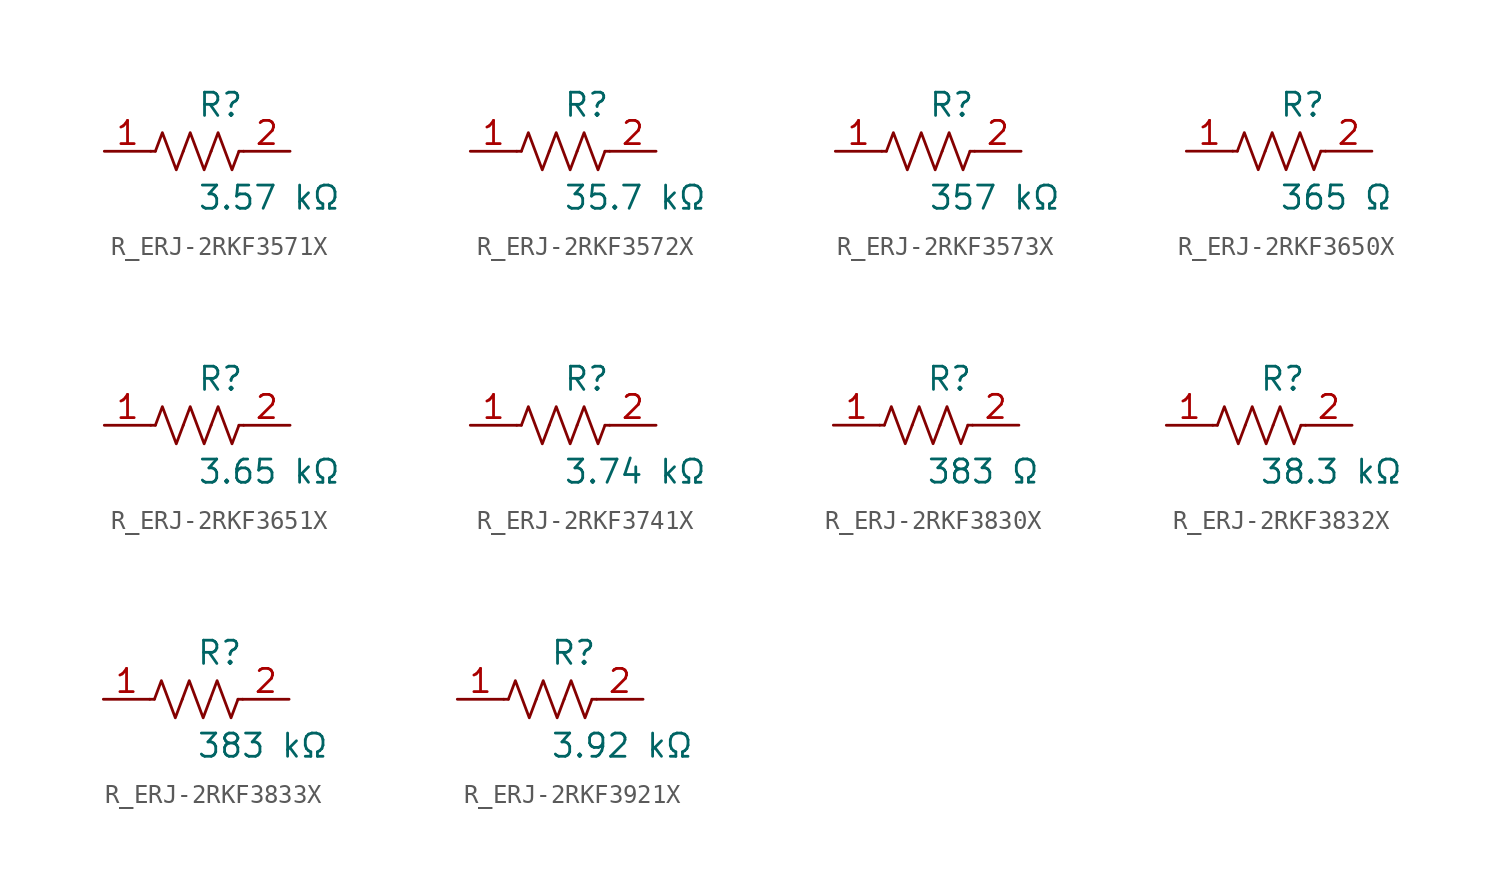
<source format=kicad_sym>
(kicad_symbol_lib
  (version 20231120)
  (generator kicad_symbol_editor)
  (generator_version 8.0)
  (symbol "R_ERJ-2RKF3571X"
    (pin_names
      (offset 0.254))
    (property "Reference" "R"
      (at 0.0 2.54 0)
      (effects (font (size 1.27 1.27)) (justify left)))
    (property "Value" "3.57 kΩ"
      (at 0.0 -2.54 0)
      (effects (font (size 1.27 1.27)) (justify left)))
    (symbol "R_ERJ-2RKF3571X_0_1"
      (polyline (pts (xy 2.286 0) (xy 2.54 0)) (stroke (width 0) (type default)) (fill (type none)))
      (polyline (pts (xy -2.286 0) (xy -2.54 0)) (stroke (width 0) (type default)) (fill (type none)))
      (polyline (pts (xy 0.762 0) (xy 1.143 1.016) (xy 1.524 0) (xy 1.905 -1.016) (xy 2.286 0)) (stroke (width 0) (type default)) (fill (type none)))
      (polyline (pts (xy -0.762 0) (xy -0.381 1.016) (xy 0 0) (xy 0.381 -1.016) (xy 0.762 0)) (stroke (width 0) (type default)) (fill (type none)))
      (polyline (pts (xy -2.286 0) (xy -1.905 1.016) (xy -1.524 0) (xy -1.143 -1.016) (xy -0.762 0)) (stroke (width 0) (type default)) (fill (type none))))
    (pin unspecified line
      (at -5.08 0 0)
      (length 2.54)
      (name "" (effects (font (size 1.27 1.27))))
      (number "1" (effects (font (size 1.27 1.27)))))
    (pin unspecified line
      (at 5.08 0 180)
      (length 2.54)
      (name "" (effects (font (size 1.27 1.27))))
      (number "2" (effects (font (size 1.27 1.27))))))
  (symbol "R_ERJ-2RKF3572X"
    (pin_names
      (offset 0.254))
    (property "Reference" "R"
      (at 0.0 2.54 0)
      (effects (font (size 1.27 1.27)) (justify left)))
    (property "Value" "35.7 kΩ"
      (at 0.0 -2.54 0)
      (effects (font (size 1.27 1.27)) (justify left)))
    (symbol "R_ERJ-2RKF3572X_0_1"
      (polyline (pts (xy 2.286 0) (xy 2.54 0)) (stroke (width 0) (type default)) (fill (type none)))
      (polyline (pts (xy -2.286 0) (xy -2.54 0)) (stroke (width 0) (type default)) (fill (type none)))
      (polyline (pts (xy 0.762 0) (xy 1.143 1.016) (xy 1.524 0) (xy 1.905 -1.016) (xy 2.286 0)) (stroke (width 0) (type default)) (fill (type none)))
      (polyline (pts (xy -0.762 0) (xy -0.381 1.016) (xy 0 0) (xy 0.381 -1.016) (xy 0.762 0)) (stroke (width 0) (type default)) (fill (type none)))
      (polyline (pts (xy -2.286 0) (xy -1.905 1.016) (xy -1.524 0) (xy -1.143 -1.016) (xy -0.762 0)) (stroke (width 0) (type default)) (fill (type none))))
    (pin unspecified line
      (at -5.08 0 0)
      (length 2.54)
      (name "" (effects (font (size 1.27 1.27))))
      (number "1" (effects (font (size 1.27 1.27)))))
    (pin unspecified line
      (at 5.08 0 180)
      (length 2.54)
      (name "" (effects (font (size 1.27 1.27))))
      (number "2" (effects (font (size 1.27 1.27))))))
  (symbol "R_ERJ-2RKF3573X"
    (pin_names
      (offset 0.254))
    (property "Reference" "R"
      (at 0.0 2.54 0)
      (effects (font (size 1.27 1.27)) (justify left)))
    (property "Value" "357 kΩ"
      (at 0.0 -2.54 0)
      (effects (font (size 1.27 1.27)) (justify left)))
    (symbol "R_ERJ-2RKF3573X_0_1"
      (polyline (pts (xy 2.286 0) (xy 2.54 0)) (stroke (width 0) (type default)) (fill (type none)))
      (polyline (pts (xy -2.286 0) (xy -2.54 0)) (stroke (width 0) (type default)) (fill (type none)))
      (polyline (pts (xy 0.762 0) (xy 1.143 1.016) (xy 1.524 0) (xy 1.905 -1.016) (xy 2.286 0)) (stroke (width 0) (type default)) (fill (type none)))
      (polyline (pts (xy -0.762 0) (xy -0.381 1.016) (xy 0 0) (xy 0.381 -1.016) (xy 0.762 0)) (stroke (width 0) (type default)) (fill (type none)))
      (polyline (pts (xy -2.286 0) (xy -1.905 1.016) (xy -1.524 0) (xy -1.143 -1.016) (xy -0.762 0)) (stroke (width 0) (type default)) (fill (type none))))
    (pin unspecified line
      (at -5.08 0 0)
      (length 2.54)
      (name "" (effects (font (size 1.27 1.27))))
      (number "1" (effects (font (size 1.27 1.27)))))
    (pin unspecified line
      (at 5.08 0 180)
      (length 2.54)
      (name "" (effects (font (size 1.27 1.27))))
      (number "2" (effects (font (size 1.27 1.27))))))
  (symbol "R_ERJ-2RKF3650X"
    (pin_names
      (offset 0.254))
    (property "Reference" "R"
      (at 0.0 2.54 0)
      (effects (font (size 1.27 1.27)) (justify left)))
    (property "Value" "365 Ω"
      (at 0.0 -2.54 0)
      (effects (font (size 1.27 1.27)) (justify left)))
    (symbol "R_ERJ-2RKF3650X_0_1"
      (polyline (pts (xy 2.286 0) (xy 2.54 0)) (stroke (width 0) (type default)) (fill (type none)))
      (polyline (pts (xy -2.286 0) (xy -2.54 0)) (stroke (width 0) (type default)) (fill (type none)))
      (polyline (pts (xy 0.762 0) (xy 1.143 1.016) (xy 1.524 0) (xy 1.905 -1.016) (xy 2.286 0)) (stroke (width 0) (type default)) (fill (type none)))
      (polyline (pts (xy -0.762 0) (xy -0.381 1.016) (xy 0 0) (xy 0.381 -1.016) (xy 0.762 0)) (stroke (width 0) (type default)) (fill (type none)))
      (polyline (pts (xy -2.286 0) (xy -1.905 1.016) (xy -1.524 0) (xy -1.143 -1.016) (xy -0.762 0)) (stroke (width 0) (type default)) (fill (type none))))
    (pin unspecified line
      (at -5.08 0 0)
      (length 2.54)
      (name "" (effects (font (size 1.27 1.27))))
      (number "1" (effects (font (size 1.27 1.27)))))
    (pin unspecified line
      (at 5.08 0 180)
      (length 2.54)
      (name "" (effects (font (size 1.27 1.27))))
      (number "2" (effects (font (size 1.27 1.27))))))
  (symbol "R_ERJ-2RKF3651X"
    (pin_names
      (offset 0.254))
    (property "Reference" "R"
      (at 0.0 2.54 0)
      (effects (font (size 1.27 1.27)) (justify left)))
    (property "Value" "3.65 kΩ"
      (at 0.0 -2.54 0)
      (effects (font (size 1.27 1.27)) (justify left)))
    (symbol "R_ERJ-2RKF3651X_0_1"
      (polyline (pts (xy 2.286 0) (xy 2.54 0)) (stroke (width 0) (type default)) (fill (type none)))
      (polyline (pts (xy -2.286 0) (xy -2.54 0)) (stroke (width 0) (type default)) (fill (type none)))
      (polyline (pts (xy 0.762 0) (xy 1.143 1.016) (xy 1.524 0) (xy 1.905 -1.016) (xy 2.286 0)) (stroke (width 0) (type default)) (fill (type none)))
      (polyline (pts (xy -0.762 0) (xy -0.381 1.016) (xy 0 0) (xy 0.381 -1.016) (xy 0.762 0)) (stroke (width 0) (type default)) (fill (type none)))
      (polyline (pts (xy -2.286 0) (xy -1.905 1.016) (xy -1.524 0) (xy -1.143 -1.016) (xy -0.762 0)) (stroke (width 0) (type default)) (fill (type none))))
    (pin unspecified line
      (at -5.08 0 0)
      (length 2.54)
      (name "" (effects (font (size 1.27 1.27))))
      (number "1" (effects (font (size 1.27 1.27)))))
    (pin unspecified line
      (at 5.08 0 180)
      (length 2.54)
      (name "" (effects (font (size 1.27 1.27))))
      (number "2" (effects (font (size 1.27 1.27))))))
  (symbol "R_ERJ-2RKF3741X"
    (pin_names
      (offset 0.254))
    (property "Reference" "R"
      (at 0.0 2.54 0)
      (effects (font (size 1.27 1.27)) (justify left)))
    (property "Value" "3.74 kΩ"
      (at 0.0 -2.54 0)
      (effects (font (size 1.27 1.27)) (justify left)))
    (symbol "R_ERJ-2RKF3741X_0_1"
      (polyline (pts (xy 2.286 0) (xy 2.54 0)) (stroke (width 0) (type default)) (fill (type none)))
      (polyline (pts (xy -2.286 0) (xy -2.54 0)) (stroke (width 0) (type default)) (fill (type none)))
      (polyline (pts (xy 0.762 0) (xy 1.143 1.016) (xy 1.524 0) (xy 1.905 -1.016) (xy 2.286 0)) (stroke (width 0) (type default)) (fill (type none)))
      (polyline (pts (xy -0.762 0) (xy -0.381 1.016) (xy 0 0) (xy 0.381 -1.016) (xy 0.762 0)) (stroke (width 0) (type default)) (fill (type none)))
      (polyline (pts (xy -2.286 0) (xy -1.905 1.016) (xy -1.524 0) (xy -1.143 -1.016) (xy -0.762 0)) (stroke (width 0) (type default)) (fill (type none))))
    (pin unspecified line
      (at -5.08 0 0)
      (length 2.54)
      (name "" (effects (font (size 1.27 1.27))))
      (number "1" (effects (font (size 1.27 1.27)))))
    (pin unspecified line
      (at 5.08 0 180)
      (length 2.54)
      (name "" (effects (font (size 1.27 1.27))))
      (number "2" (effects (font (size 1.27 1.27))))))
  (symbol "R_ERJ-2RKF3830X"
    (pin_names
      (offset 0.254))
    (property "Reference" "R"
      (at 0.0 2.54 0)
      (effects (font (size 1.27 1.27)) (justify left)))
    (property "Value" "383 Ω"
      (at 0.0 -2.54 0)
      (effects (font (size 1.27 1.27)) (justify left)))
    (symbol "R_ERJ-2RKF3830X_0_1"
      (polyline (pts (xy 2.286 0) (xy 2.54 0)) (stroke (width 0) (type default)) (fill (type none)))
      (polyline (pts (xy -2.286 0) (xy -2.54 0)) (stroke (width 0) (type default)) (fill (type none)))
      (polyline (pts (xy 0.762 0) (xy 1.143 1.016) (xy 1.524 0) (xy 1.905 -1.016) (xy 2.286 0)) (stroke (width 0) (type default)) (fill (type none)))
      (polyline (pts (xy -0.762 0) (xy -0.381 1.016) (xy 0 0) (xy 0.381 -1.016) (xy 0.762 0)) (stroke (width 0) (type default)) (fill (type none)))
      (polyline (pts (xy -2.286 0) (xy -1.905 1.016) (xy -1.524 0) (xy -1.143 -1.016) (xy -0.762 0)) (stroke (width 0) (type default)) (fill (type none))))
    (pin unspecified line
      (at -5.08 0 0)
      (length 2.54)
      (name "" (effects (font (size 1.27 1.27))))
      (number "1" (effects (font (size 1.27 1.27)))))
    (pin unspecified line
      (at 5.08 0 180)
      (length 2.54)
      (name "" (effects (font (size 1.27 1.27))))
      (number "2" (effects (font (size 1.27 1.27))))))
  (symbol "R_ERJ-2RKF3832X"
    (pin_names
      (offset 0.254))
    (property "Reference" "R"
      (at 0.0 2.54 0)
      (effects (font (size 1.27 1.27)) (justify left)))
    (property "Value" "38.3 kΩ"
      (at 0.0 -2.54 0)
      (effects (font (size 1.27 1.27)) (justify left)))
    (symbol "R_ERJ-2RKF3832X_0_1"
      (polyline (pts (xy 2.286 0) (xy 2.54 0)) (stroke (width 0) (type default)) (fill (type none)))
      (polyline (pts (xy -2.286 0) (xy -2.54 0)) (stroke (width 0) (type default)) (fill (type none)))
      (polyline (pts (xy 0.762 0) (xy 1.143 1.016) (xy 1.524 0) (xy 1.905 -1.016) (xy 2.286 0)) (stroke (width 0) (type default)) (fill (type none)))
      (polyline (pts (xy -0.762 0) (xy -0.381 1.016) (xy 0 0) (xy 0.381 -1.016) (xy 0.762 0)) (stroke (width 0) (type default)) (fill (type none)))
      (polyline (pts (xy -2.286 0) (xy -1.905 1.016) (xy -1.524 0) (xy -1.143 -1.016) (xy -0.762 0)) (stroke (width 0) (type default)) (fill (type none))))
    (pin unspecified line
      (at -5.08 0 0)
      (length 2.54)
      (name "" (effects (font (size 1.27 1.27))))
      (number "1" (effects (font (size 1.27 1.27)))))
    (pin unspecified line
      (at 5.08 0 180)
      (length 2.54)
      (name "" (effects (font (size 1.27 1.27))))
      (number "2" (effects (font (size 1.27 1.27))))))
  (symbol "R_ERJ-2RKF3833X"
    (pin_names
      (offset 0.254))
    (property "Reference" "R"
      (at 0.0 2.54 0)
      (effects (font (size 1.27 1.27)) (justify left)))
    (property "Value" "383 kΩ"
      (at 0.0 -2.54 0)
      (effects (font (size 1.27 1.27)) (justify left)))
    (symbol "R_ERJ-2RKF3833X_0_1"
      (polyline (pts (xy 2.286 0) (xy 2.54 0)) (stroke (width 0) (type default)) (fill (type none)))
      (polyline (pts (xy -2.286 0) (xy -2.54 0)) (stroke (width 0) (type default)) (fill (type none)))
      (polyline (pts (xy 0.762 0) (xy 1.143 1.016) (xy 1.524 0) (xy 1.905 -1.016) (xy 2.286 0)) (stroke (width 0) (type default)) (fill (type none)))
      (polyline (pts (xy -0.762 0) (xy -0.381 1.016) (xy 0 0) (xy 0.381 -1.016) (xy 0.762 0)) (stroke (width 0) (type default)) (fill (type none)))
      (polyline (pts (xy -2.286 0) (xy -1.905 1.016) (xy -1.524 0) (xy -1.143 -1.016) (xy -0.762 0)) (stroke (width 0) (type default)) (fill (type none))))
    (pin unspecified line
      (at -5.08 0 0)
      (length 2.54)
      (name "" (effects (font (size 1.27 1.27))))
      (number "1" (effects (font (size 1.27 1.27)))))
    (pin unspecified line
      (at 5.08 0 180)
      (length 2.54)
      (name "" (effects (font (size 1.27 1.27))))
      (number "2" (effects (font (size 1.27 1.27))))))
  (symbol "R_ERJ-2RKF3921X"
    (pin_names
      (offset 0.254))
    (property "Reference" "R"
      (at 0.0 2.54 0)
      (effects (font (size 1.27 1.27)) (justify left)))
    (property "Value" "3.92 kΩ"
      (at 0.0 -2.54 0)
      (effects (font (size 1.27 1.27)) (justify left)))
    (symbol "R_ERJ-2RKF3921X_0_1"
      (polyline (pts (xy 2.286 0) (xy 2.54 0)) (stroke (width 0) (type default)) (fill (type none)))
      (polyline (pts (xy -2.286 0) (xy -2.54 0)) (stroke (width 0) (type default)) (fill (type none)))
      (polyline (pts (xy 0.762 0) (xy 1.143 1.016) (xy 1.524 0) (xy 1.905 -1.016) (xy 2.286 0)) (stroke (width 0) (type default)) (fill (type none)))
      (polyline (pts (xy -0.762 0) (xy -0.381 1.016) (xy 0 0) (xy 0.381 -1.016) (xy 0.762 0)) (stroke (width 0) (type default)) (fill (type none)))
      (polyline (pts (xy -2.286 0) (xy -1.905 1.016) (xy -1.524 0) (xy -1.143 -1.016) (xy -0.762 0)) (stroke (width 0) (type default)) (fill (type none))))
    (pin unspecified line
      (at -5.08 0 0)
      (length 2.54)
      (name "" (effects (font (size 1.27 1.27))))
      (number "1" (effects (font (size 1.27 1.27)))))
    (pin unspecified line
      (at 5.08 0 180)
      (length 2.54)
      (name "" (effects (font (size 1.27 1.27))))
      (number "2" (effects (font (size 1.27 1.27)))))))
</source>
